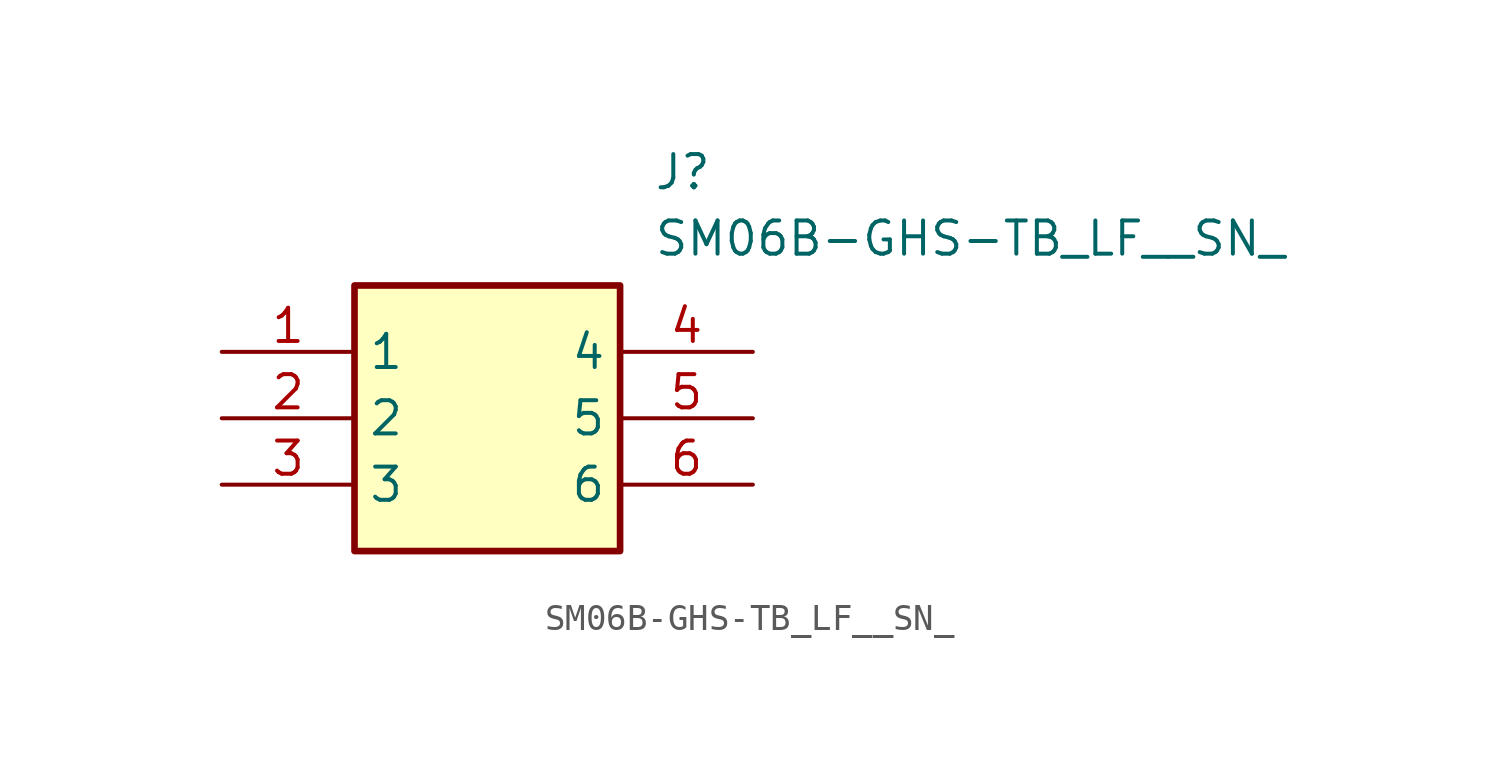
<source format=kicad_sym>
(kicad_symbol_lib
  (version 20231120)
  (generator "kicad_symbol_editor")
  (generator_version "8.0")
  (symbol "SM06B-GHS-TB_LF__SN_"
    (property "Reference" "J"
      (at 16.51 7.62 0)
      (effects (font (size 1.27 1.27)) (justify left top)))
    (property "Value" "SM06B-GHS-TB_LF__SN_"
      (at 16.51 5.08 0)
      (effects (font (size 1.27 1.27)) (justify left top)))
    (symbol "SM06B-GHS-TB_LF__SN__1_1"
      (rectangle (start 5.08 2.54) (end 15.24 -7.62) (stroke (width 0.254) (type default)) (fill (type background)))
      (pin passive line (at 0 0 0) (length 5.08) (name "1" (effects (font (size 1.27 1.27)))) (number "1" (effects (font (size 1.27 1.27)))))
      (pin passive line (at 0 -2.54 0) (length 5.08) (name "2" (effects (font (size 1.27 1.27)))) (number "2" (effects (font (size 1.27 1.27)))))
      (pin passive line (at 0 -5.08 0) (length 5.08) (name "3" (effects (font (size 1.27 1.27)))) (number "3" (effects (font (size 1.27 1.27)))))
      (pin passive line (at 20.32 0 180) (length 5.08) (name "4" (effects (font (size 1.27 1.27)))) (number "4" (effects (font (size 1.27 1.27)))))
      (pin passive line (at 20.32 -2.54 180) (length 5.08) (name "5" (effects (font (size 1.27 1.27)))) (number "5" (effects (font (size 1.27 1.27)))))
      (pin passive line (at 20.32 -5.08 180) (length 5.08) (name "6" (effects (font (size 1.27 1.27)))) (number "6" (effects (font (size 1.27 1.27))))))))
</source>
